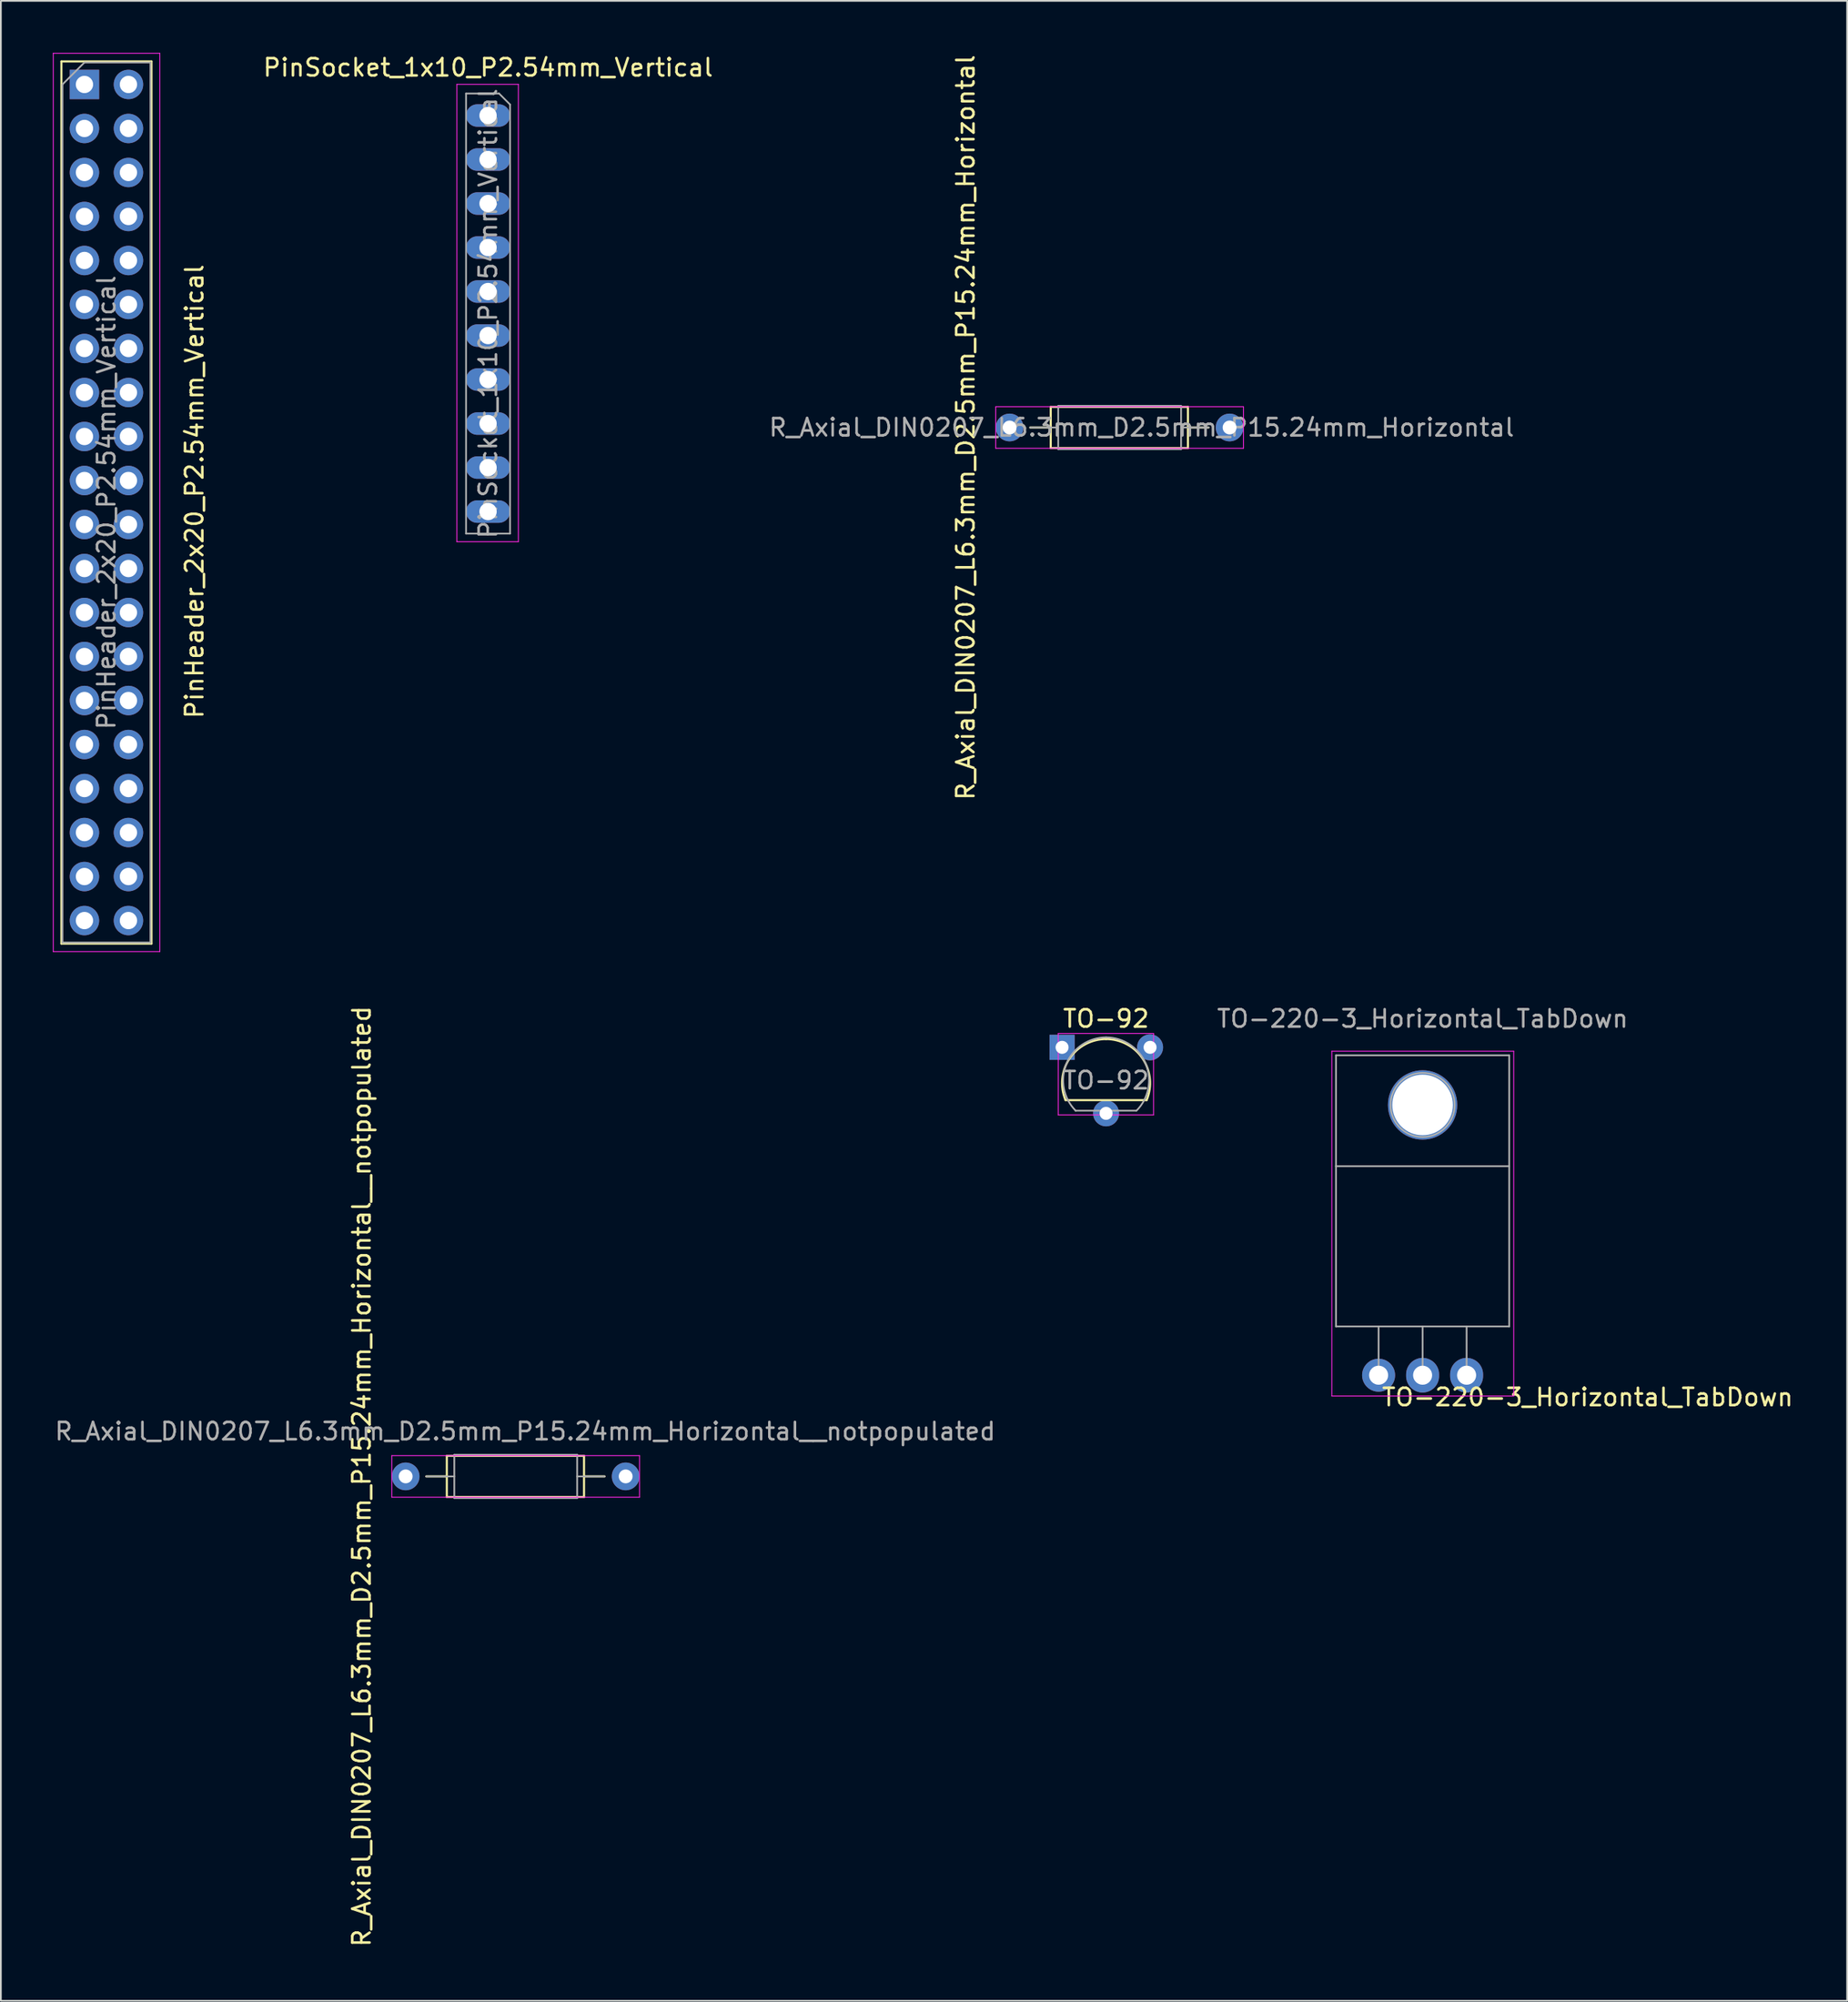
<source format=kicad_pcb>
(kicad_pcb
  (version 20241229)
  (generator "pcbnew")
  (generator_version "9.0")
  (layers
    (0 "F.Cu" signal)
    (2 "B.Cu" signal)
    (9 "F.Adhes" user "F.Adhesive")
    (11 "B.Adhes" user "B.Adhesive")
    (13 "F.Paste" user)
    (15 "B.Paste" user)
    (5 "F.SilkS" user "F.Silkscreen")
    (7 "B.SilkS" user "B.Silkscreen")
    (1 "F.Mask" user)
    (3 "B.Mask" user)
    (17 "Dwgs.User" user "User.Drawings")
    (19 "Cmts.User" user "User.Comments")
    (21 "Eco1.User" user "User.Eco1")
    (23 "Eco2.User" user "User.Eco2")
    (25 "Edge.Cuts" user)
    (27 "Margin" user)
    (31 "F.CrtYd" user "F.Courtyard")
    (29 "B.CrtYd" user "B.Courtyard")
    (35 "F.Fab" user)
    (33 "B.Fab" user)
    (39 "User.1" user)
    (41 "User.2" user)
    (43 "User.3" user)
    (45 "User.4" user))
  (footprint "PinSocket_1x10_P2.54mm_Vertical"
    (layer "F.Cu")
    (at 25.124 3.618)
    (property "Reference" "PinSocket_1x10_P2.54mm_Vertical" (at 0 -2.77 0) (layer "F.SilkS") (effects (font (size 1 1) (thickness 0.15))))
    (attr through_hole)
    (fp_line (start -1.8 -1.8) (end 1.75 -1.8) (stroke (width 0.05) (type solid)) (layer "F.CrtYd"))
    (fp_line (start -1.8 24.6) (end -1.8 -1.8) (stroke (width 0.05) (type solid)) (layer "F.CrtYd"))
    (fp_line (start 1.75 -1.8) (end 1.75 24.6) (stroke (width 0.05) (type solid)) (layer "F.CrtYd"))
    (fp_line (start 1.75 24.6) (end -1.8 24.6) (stroke (width 0.05) (type solid)) (layer "F.CrtYd"))
    (fp_line (start -1.27 -1.27) (end 0.635 -1.27) (stroke (width 0.1) (type solid)) (layer "F.Fab"))
    (fp_line (start -1.27 24.13) (end -1.27 -1.27) (stroke (width 0.1) (type solid)) (layer "F.Fab"))
    (fp_line (start 0.635 -1.27) (end 1.27 -0.635) (stroke (width 0.1) (type solid)) (layer "F.Fab"))
    (fp_line (start 1.27 -0.635) (end 1.27 24.13) (stroke (width 0.1) (type solid)) (layer "F.Fab"))
    (fp_line (start 1.27 24.13) (end -1.27 24.13) (stroke (width 0.1) (type solid)) (layer "F.Fab"))
    (fp_text user "${REFERENCE}" (at 0 11.43 90) (layer "F.Fab") (effects (font (size 1 1) (thickness 0.15))))
    (pad "1" thru_hole oval (at 0 0) (size 2.54 1.3) (drill 1) (layers "*.Cu" "*.Mask"))
    (pad "2" thru_hole oval (at 0 2.54) (size 2.54 1.3) (drill 1) (layers "*.Cu" "*.Mask"))
    (pad "3" thru_hole oval (at 0 5.08) (size 2.54 1.3) (drill 1) (layers "*.Cu" "*.Mask"))
    (pad "4" thru_hole oval (at 0 7.62) (size 2.54 1.3) (drill 1) (layers "*.Cu" "*.Mask"))
    (pad "5" thru_hole oval (at 0 10.16) (size 2.54 1.3) (drill 1) (layers "*.Cu" "*.Mask"))
    (pad "6" thru_hole oval (at 0 12.7) (size 2.54 1.3) (drill 1) (layers "*.Cu" "*.Mask"))
    (pad "7" thru_hole oval (at 0 15.24) (size 2.54 1.3) (drill 1) (layers "*.Cu" "*.Mask"))
    (pad "8" thru_hole oval (at 0 17.78) (size 2.54 1.3) (drill 1) (layers "*.Cu" "*.Mask"))
    (pad "9" thru_hole oval (at 0 20.32) (size 2.54 1.3) (drill 1) (layers "*.Cu" "*.Mask"))
    (pad "10" thru_hole oval (at 0 22.86) (size 2.54 1.3) (drill 1) (layers "*.Cu" "*.Mask")))
  (footprint "R_Axial_DIN0207_L6.3mm_D2.5mm_P15.24mm_Horizontal"
    (layer "F.Cu")
    (at 55.231 21.625)
    (property "Reference" "R_Axial_DIN0207_L6.3mm_D2.5mm_P15.24mm_Horizontal" (at -2.54 0 90) (layer "F.SilkS") (effects (font (size 1 1) (thickness 0.15))))
    (attr through_hole)
    (fp_line (start 1.188 0) (end 2.376 0) (stroke (width 0.12) (type solid)) (layer "F.SilkS"))
    (fp_line (start 2.376 -1.188) (end 2.376 1.188) (stroke (width 0.12) (type solid)) (layer "F.SilkS"))
    (fp_line (start 2.376 1.188) (end 10.296 1.188) (stroke (width 0.12) (type solid)) (layer "F.SilkS"))
    (fp_line (start 10.296 -1.188) (end 2.376 -1.188) (stroke (width 0.12) (type solid)) (layer "F.SilkS"))
    (fp_line (start 10.296 1.188) (end 10.296 -1.188) (stroke (width 0.12) (type solid)) (layer "F.SilkS"))
    (fp_line (start 11.484 0) (end 10.296 0) (stroke (width 0.12) (type solid)) (layer "F.SilkS"))
    (fp_line (start -0.8 -1.2) (end -0.8 1.2) (stroke (width 0.05) (type solid)) (layer "F.CrtYd"))
    (fp_line (start -0.8 1.2) (end 13.5 1.2) (stroke (width 0.05) (type solid)) (layer "F.CrtYd"))
    (fp_line (start 13.5 -1.2) (end -0.8 -1.2) (stroke (width 0.05) (type solid)) (layer "F.CrtYd"))
    (fp_line (start 13.5 1.2) (end 13.5 -1.2) (stroke (width 0.05) (type solid)) (layer "F.CrtYd"))
    (fp_line (start 1.188 0) (end 2.808 0) (stroke (width 0.1) (type solid)) (layer "F.Fab"))
    (fp_line (start 2.808 -1.25) (end 2.808 1.25) (stroke (width 0.1) (type solid)) (layer "F.Fab"))
    (fp_line (start 2.808 1.25) (end 9.9 1.25) (stroke (width 0.1) (type solid)) (layer "F.Fab"))
    (fp_line (start 9.9 -1.25) (end 2.808 -1.25) (stroke (width 0.1) (type solid)) (layer "F.Fab"))
    (fp_line (start 9.9 1.25) (end 9.9 -1.25) (stroke (width 0.1) (type solid)) (layer "F.Fab"))
    (fp_line (start 11.484 0) (end 9.9 0) (stroke (width 0.1) (type solid)) (layer "F.Fab"))
    (fp_text user "${REFERENCE}" (at 7.62 0 0) (layer "F.Fab") (effects (font (size 1 1) (thickness 0.15))))
    (pad "1" thru_hole circle (at 0 0) (size 1.6 1.6) (drill 0.8) (layers "*.Cu" "*.Mask"))
    (pad "2" thru_hole oval (at 12.7 0) (size 1.6 1.6) (drill 0.8) (layers "*.Cu" "*.Mask")))
  (footprint "R_Axial_DIN0207_L6.3mm_D2.5mm_P15.24mm_Horizontal__notpopulated"
    (layer "F.Cu")
    (at 20.368 82.168)
    (property "Reference" "R_Axial_DIN0207_L6.3mm_D2.5mm_P15.24mm_Horizontal__notpopulated" (at -2.54 0 90) (layer "F.SilkS") (effects (font (size 1 1) (thickness 0.15))))
    (attr through_hole)
    (fp_line (start 1.188 0) (end 2.376 0) (stroke (width 0.12) (type solid)) (layer "F.SilkS"))
    (fp_line (start 2.376 -1.188) (end 2.376 1.188) (stroke (width 0.12) (type solid)) (layer "F.SilkS"))
    (fp_line (start 2.376 1.188) (end 10.296 1.188) (stroke (width 0.12) (type solid)) (layer "F.SilkS"))
    (fp_line (start 10.296 -1.188) (end 2.376 -1.188) (stroke (width 0.12) (type solid)) (layer "F.SilkS"))
    (fp_line (start 10.296 1.188) (end 10.296 -1.188) (stroke (width 0.12) (type solid)) (layer "F.SilkS"))
    (fp_line (start 11.484 0) (end 10.296 0) (stroke (width 0.12) (type solid)) (layer "F.SilkS"))
    (fp_line (start -0.8 -1.2) (end -0.8 1.2) (stroke (width 0.05) (type solid)) (layer "F.CrtYd"))
    (fp_line (start -0.8 1.2) (end 13.5 1.2) (stroke (width 0.05) (type solid)) (layer "F.CrtYd"))
    (fp_line (start 13.5 -1.2) (end -0.8 -1.2) (stroke (width 0.05) (type solid)) (layer "F.CrtYd"))
    (fp_line (start 13.5 1.2) (end 13.5 -1.2) (stroke (width 0.05) (type solid)) (layer "F.CrtYd"))
    (fp_line (start 1.188 0) (end 2.808 0) (stroke (width 0.1) (type solid)) (layer "F.Fab"))
    (fp_line (start 2.808 -1.25) (end 2.808 1.25) (stroke (width 0.1) (type solid)) (layer "F.Fab"))
    (fp_line (start 2.808 1.25) (end 9.9 1.25) (stroke (width 0.1) (type solid)) (layer "F.Fab"))
    (fp_line (start 9.9 -1.25) (end 2.808 -1.25) (stroke (width 0.1) (type solid)) (layer "F.Fab"))
    (fp_line (start 9.9 1.25) (end 9.9 -1.25) (stroke (width 0.1) (type solid)) (layer "F.Fab"))
    (fp_line (start 11.484 0) (end 9.9 0) (stroke (width 0.1) (type solid)) (layer "F.Fab"))
    (fp_text user "${REFERENCE}" (at 6.9 -2.6 0) (layer "F.Fab") (effects (font (size 1 1) (thickness 0.15))))
    (pad "1" thru_hole circle (at 0 0) (size 1.6 1.6) (drill 0.8) (layers "*.Cu" "*.Mask"))
    (pad "2" thru_hole oval (at 12.7 0) (size 1.6 1.6) (drill 0.8) (layers "*.Cu" "*.Mask")))
  (footprint "TO-92"
    (layer "F.Cu")
    (at 63.341 57.403)
    (property "Reference" "TO-92" (at -2.54 -1.655 0) (layer "F.SilkS") (effects (font (size 1 1) (thickness 0.15))))
    (attr through_hole)
    (fp_line (start -4.881 3.048) (end -0.199 3.048) (stroke (width 0.12) (type solid)) (layer "F.SilkS"))
    (fp_arc (start -4.880954 3.048) (mid -4.656033 0.657342) (end -2.54 -0.477665) (stroke (width 0.12) (type solid)) (layer "F.SilkS"))
    (fp_arc (start -2.54 -0.477665) (mid -0.423964 0.657342) (end -0.199046 3.048) (stroke (width 0.12) (type solid)) (layer "F.SilkS"))
    (fp_line (start -5.3 -0.8) (end -5.3 3.9) (stroke (width 0.05) (type solid)) (layer "F.CrtYd"))
    (fp_line (start -5.3 -0.8) (end 0.2 -0.8) (stroke (width 0.05) (type solid)) (layer "F.CrtYd"))
    (fp_line (start 0.2 3.9) (end -5.3 3.9) (stroke (width 0.05) (type solid)) (layer "F.CrtYd"))
    (fp_line (start 0.2 3.9) (end 0.2 -0.8) (stroke (width 0.05) (type solid)) (layer "F.CrtYd"))
    (fp_line (start -4.31 3.655) (end -0.81 3.655) (stroke (width 0.1) (type solid)) (layer "F.Fab"))
    (fp_arc (start -4.293625 3.658625) (mid -4.831221 0.955945) (end -2.54 -0.575) (stroke (width 0.1) (type solid)) (layer "F.Fab"))
    (fp_arc (start -2.54 -0.575) (mid -0.248779 0.955945) (end -0.786375 3.658625) (stroke (width 0.1) (type solid)) (layer "F.Fab"))
    (fp_text user "${REFERENCE}" (at -2.54 1.905 0) (layer "F.Fab") (effects (font (size 1 1) (thickness 0.15))))
    (pad "1" thru_hole circle (at 0 0) (size 1.5 1.5) (drill 0.75) (layers "*.Cu" "*.Mask"))
    (pad "2" thru_hole circle (at -2.54 3.81) (size 1.5 1.5) (drill 0.75) (layers "*.Cu" "*.Mask"))
    (pad "3" thru_hole rect (at -5.08 0) (size 1.45 1.45) (drill 0.75) (layers "*.Cu" "*.Mask")))
  (footprint "TO-220-3_Horizontal_TabDown"
    (layer "F.Cu")
    (at 76.533 76.328)
    (property "Reference" "TO-220-3_Horizontal_TabDown" (at 12.065 1.27 0) (layer "F.SilkS") (effects (font (size 1 1) (thickness 0.15))))
    (attr through_hole)
    (fp_line (start -2.7 -18.7) (end -2.7 1.2) (stroke (width 0.05) (type solid)) (layer "F.CrtYd"))
    (fp_line (start -2.7 1.2) (end 7.8 1.2) (stroke (width 0.05) (type solid)) (layer "F.CrtYd"))
    (fp_line (start 7.8 -18.7) (end -2.7 -18.7) (stroke (width 0.05) (type solid)) (layer "F.CrtYd"))
    (fp_line (start 7.8 1.2) (end 7.8 -18.7) (stroke (width 0.05) (type solid)) (layer "F.CrtYd"))
    (fp_line (start -2.46 -18.465) (end 7.54 -18.465) (stroke (width 0.1) (type solid)) (layer "F.Fab"))
    (fp_line (start -2.46 -12.065) (end -2.46 -18.465) (stroke (width 0.1) (type solid)) (layer "F.Fab"))
    (fp_line (start -2.46 -2.815) (end -2.46 -12.065) (stroke (width 0.1) (type solid)) (layer "F.Fab"))
    (fp_line (start 0 -2.815) (end 0 0) (stroke (width 0.1) (type solid)) (layer "F.Fab"))
    (fp_line (start 2.54 -2.815) (end 2.54 0) (stroke (width 0.1) (type solid)) (layer "F.Fab"))
    (fp_line (start 5.08 -2.815) (end 5.08 0) (stroke (width 0.1) (type solid)) (layer "F.Fab"))
    (fp_line (start 7.54 -18.465) (end 7.54 -12.065) (stroke (width 0.1) (type solid)) (layer "F.Fab"))
    (fp_line (start 7.54 -12.065) (end -2.46 -12.065) (stroke (width 0.1) (type solid)) (layer "F.Fab"))
    (fp_line (start 7.54 -12.065) (end 7.54 -2.815) (stroke (width 0.1) (type solid)) (layer "F.Fab"))
    (fp_line (start 7.54 -2.815) (end -2.46 -2.815) (stroke (width 0.1) (type solid)) (layer "F.Fab"))
    (fp_circle (center 2.54 -15.6) (end 4.39 -15.6) (stroke (width 0.1) (type solid)) (fill no) (layer "F.Fab"))
    (fp_text user "${REFERENCE}" (at 2.54 -20.58 0) (layer "F.Fab") (effects (font (size 1 1) (thickness 0.15))))
    (pad "1" thru_hole circle (at 0 0) (size 1.905 1.905) (drill 1.1) (layers "*.Cu" "*.Mask"))
    (pad "2" thru_hole circle (at 2.54 -15.6) (size 4 4) (drill 3.5) (layers "*.Cu" "*.Mask"))
    (pad "2" thru_hole oval (at 2.54 0) (size 1.905 2) (drill 1.1) (layers "*.Cu" "*.Mask"))
    (pad "3" thru_hole oval (at 5.08 0) (size 1.905 2) (drill 1.1) (layers "*.Cu" "*.Mask")))
  (footprint "PinHeader_2x20_P2.54mm_Vertical"
    (layer "F.Cu")
    (at 1.825 1.825)
    (property "Reference" "PinHeader_2x20_P2.54mm_Vertical" (at 6.35 23.495 270) (layer "F.SilkS") (effects (font (size 1 1) (thickness 0.15))))
    (attr through_hole)
    (fp_line (start -1.33 -1.33) (end -1.33 49.59) (stroke (width 0.12) (type solid)) (layer "F.SilkS"))
    (fp_line (start -1.33 -1.33) (end 3.87 -1.33) (stroke (width 0.12) (type solid)) (layer "F.SilkS"))
    (fp_line (start -1.33 49.59) (end 3.87 49.59) (stroke (width 0.12) (type solid)) (layer "F.SilkS"))
    (fp_line (start 3.87 -1.33) (end 3.87 49.59) (stroke (width 0.12) (type solid)) (layer "F.SilkS"))
    (fp_line (start -1.8 -1.8) (end -1.8 50.05) (stroke (width 0.05) (type solid)) (layer "F.CrtYd"))
    (fp_line (start -1.8 50.05) (end 4.35 50.05) (stroke (width 0.05) (type solid)) (layer "F.CrtYd"))
    (fp_line (start 4.35 -1.8) (end -1.8 -1.8) (stroke (width 0.05) (type solid)) (layer "F.CrtYd"))
    (fp_line (start 4.35 50.05) (end 4.35 -1.8) (stroke (width 0.05) (type solid)) (layer "F.CrtYd"))
    (fp_line (start -1.27 0) (end 0 -1.27) (stroke (width 0.1) (type solid)) (layer "F.Fab"))
    (fp_line (start -1.27 49.53) (end -1.27 0) (stroke (width 0.1) (type solid)) (layer "F.Fab"))
    (fp_line (start 0 -1.27) (end 3.81 -1.27) (stroke (width 0.1) (type solid)) (layer "F.Fab"))
    (fp_line (start 3.81 -1.27) (end 3.81 49.53) (stroke (width 0.1) (type solid)) (layer "F.Fab"))
    (fp_line (start 3.81 49.53) (end -1.27 49.53) (stroke (width 0.1) (type solid)) (layer "F.Fab"))
    (fp_text user "${REFERENCE}" (at 1.27 24.13 270) (layer "F.Fab") (effects (font (size 1 1) (thickness 0.15))))
    (pad "1" thru_hole rect (at 0 0) (size 1.7 1.7) (drill 1) (layers "*.Cu" "*.Mask"))
    (pad "2" thru_hole oval (at 0 2.54) (size 1.7 1.7) (drill 1) (layers "*.Cu" "*.Mask"))
    (pad "3" thru_hole oval (at 0 5.08) (size 1.7 1.7) (drill 1) (layers "*.Cu" "*.Mask"))
    (pad "4" thru_hole oval (at 0 7.62) (size 1.7 1.7) (drill 1) (layers "*.Cu" "*.Mask"))
    (pad "5" thru_hole oval (at 0 10.16) (size 1.7 1.7) (drill 1) (layers "*.Cu" "*.Mask"))
    (pad "6" thru_hole oval (at 0 12.7) (size 1.7 1.7) (drill 1) (layers "*.Cu" "*.Mask"))
    (pad "7" thru_hole oval (at 0 15.24) (size 1.7 1.7) (drill 1) (layers "*.Cu" "*.Mask"))
    (pad "8" thru_hole oval (at 0 17.78) (size 1.7 1.7) (drill 1) (layers "*.Cu" "*.Mask"))
    (pad "9" thru_hole oval (at 0 20.32) (size 1.7 1.7) (drill 1) (layers "*.Cu" "*.Mask"))
    (pad "10" thru_hole oval (at 0 22.86) (size 1.7 1.7) (drill 1) (layers "*.Cu" "*.Mask"))
    (pad "11" thru_hole oval (at 0 25.4) (size 1.7 1.7) (drill 1) (layers "*.Cu" "*.Mask"))
    (pad "12" thru_hole oval (at 0 27.94) (size 1.7 1.7) (drill 1) (layers "*.Cu" "*.Mask"))
    (pad "13" thru_hole oval (at 0 30.48) (size 1.7 1.7) (drill 1) (layers "*.Cu" "*.Mask"))
    (pad "14" thru_hole oval (at 0 33.02) (size 1.7 1.7) (drill 1) (layers "*.Cu" "*.Mask"))
    (pad "15" thru_hole oval (at 0 35.56) (size 1.7 1.7) (drill 1) (layers "*.Cu" "*.Mask"))
    (pad "16" thru_hole oval (at 0 38.1) (size 1.7 1.7) (drill 1) (layers "*.Cu" "*.Mask"))
    (pad "17" thru_hole oval (at 0 40.64) (size 1.7 1.7) (drill 1) (layers "*.Cu" "*.Mask"))
    (pad "18" thru_hole oval (at 0 43.18) (size 1.7 1.7) (drill 1) (layers "*.Cu" "*.Mask"))
    (pad "19" thru_hole oval (at 0 45.72) (size 1.7 1.7) (drill 1) (layers "*.Cu" "*.Mask"))
    (pad "20" thru_hole oval (at 0 48.26) (size 1.7 1.7) (drill 1) (layers "*.Cu" "*.Mask"))
    (pad "21" thru_hole oval (at 2.54 48.26) (size 1.7 1.7) (drill 1) (layers "*.Cu" "*.Mask"))
    (pad "22" thru_hole oval (at 2.54 45.72) (size 1.7 1.7) (drill 1) (layers "*.Cu" "*.Mask"))
    (pad "23" thru_hole oval (at 2.54 43.18) (size 1.7 1.7) (drill 1) (layers "*.Cu" "*.Mask"))
    (pad "24" thru_hole oval (at 2.54 40.64) (size 1.7 1.7) (drill 1) (layers "*.Cu" "*.Mask"))
    (pad "25" thru_hole oval (at 2.54 38.1) (size 1.7 1.7) (drill 1) (layers "*.Cu" "*.Mask"))
    (pad "26" thru_hole oval (at 2.54 35.56) (size 1.7 1.7) (drill 1) (layers "*.Cu" "*.Mask"))
    (pad "27" thru_hole oval (at 2.54 33.02) (size 1.7 1.7) (drill 1) (layers "*.Cu" "*.Mask"))
    (pad "28" thru_hole oval (at 2.54 30.48) (size 1.7 1.7) (drill 1) (layers "*.Cu" "*.Mask"))
    (pad "29" thru_hole oval (at 2.54 27.94) (size 1.7 1.7) (drill 1) (layers "*.Cu" "*.Mask"))
    (pad "30" thru_hole oval (at 2.54 25.4) (size 1.7 1.7) (drill 1) (layers "*.Cu" "*.Mask"))
    (pad "31" thru_hole oval (at 2.54 22.86) (size 1.7 1.7) (drill 1) (layers "*.Cu" "*.Mask"))
    (pad "32" thru_hole oval (at 2.54 20.32) (size 1.7 1.7) (drill 1) (layers "*.Cu" "*.Mask"))
    (pad "33" thru_hole oval (at 2.54 17.78) (size 1.7 1.7) (drill 1) (layers "*.Cu" "*.Mask"))
    (pad "34" thru_hole oval (at 2.54 15.24) (size 1.7 1.7) (drill 1) (layers "*.Cu" "*.Mask"))
    (pad "35" thru_hole oval (at 2.54 12.7) (size 1.7 1.7) (drill 1) (layers "*.Cu" "*.Mask"))
    (pad "36" thru_hole oval (at 2.54 10.16) (size 1.7 1.7) (drill 1) (layers "*.Cu" "*.Mask"))
    (pad "37" thru_hole oval (at 2.54 7.62) (size 1.7 1.7) (drill 1) (layers "*.Cu" "*.Mask"))
    (pad "38" thru_hole oval (at 2.54 5.08) (size 1.7 1.7) (drill 1) (layers "*.Cu" "*.Mask"))
    (pad "39" thru_hole oval (at 2.54 2.54) (size 1.7 1.7) (drill 1) (layers "*.Cu" "*.Mask"))
    (pad "40" thru_hole oval (at 2.54 0) (size 1.7 1.7) (drill 1) (layers "*.Cu" "*.Mask")))
  (gr_rect
    (start -3 -3)
    (end 103.58 112.436)
    (stroke (width 0.1) (type default))
    (fill no)
    (layer "Edge.Cuts")))
</source>
